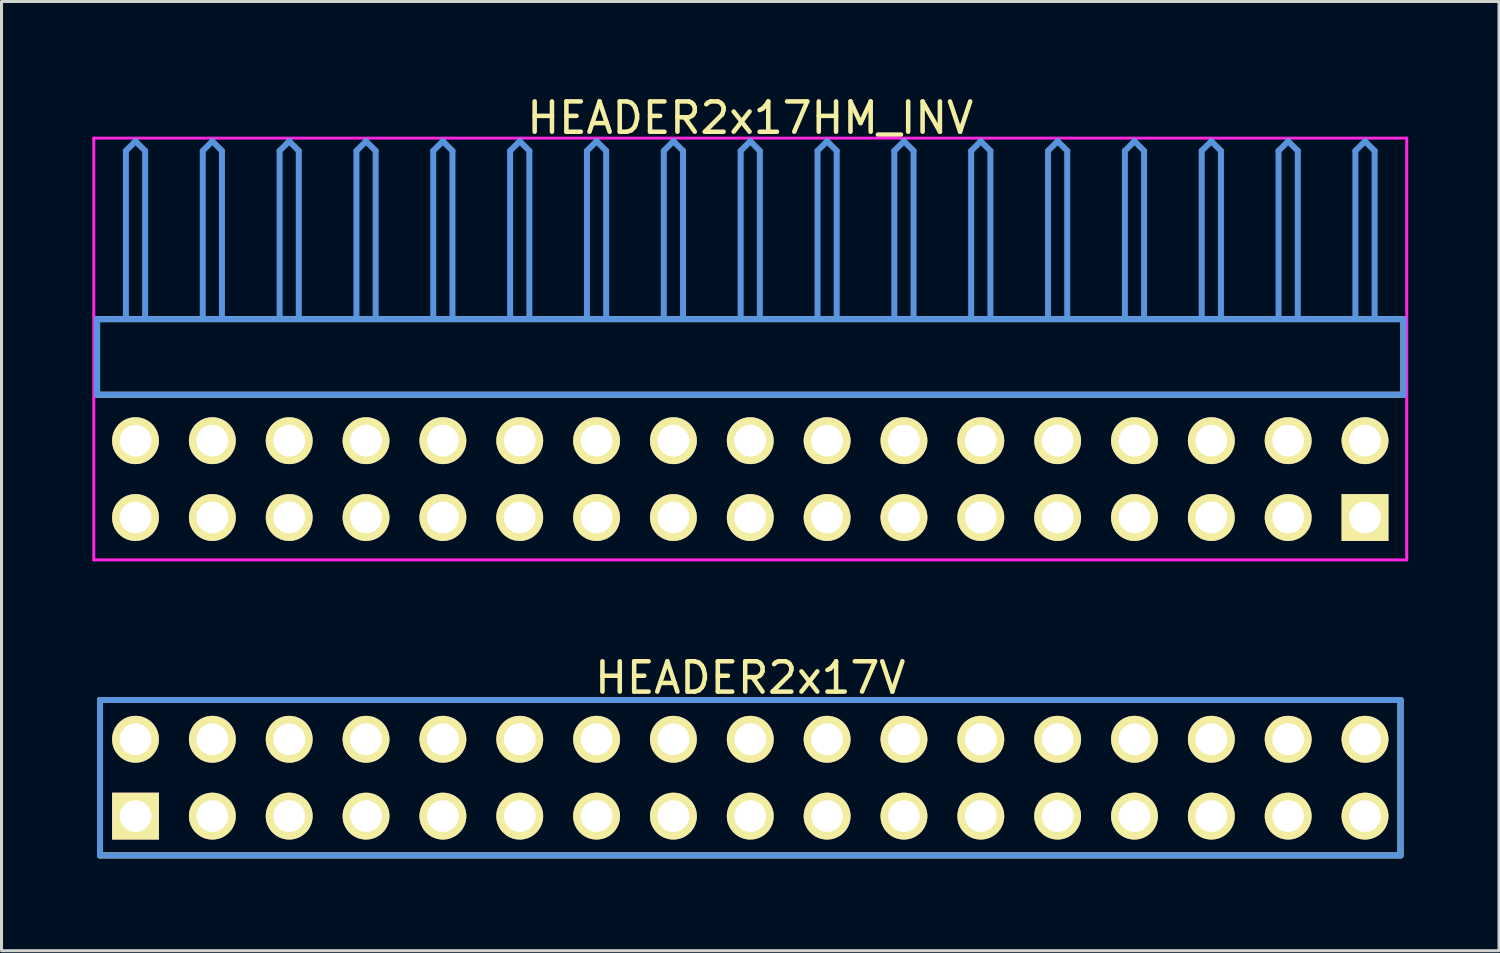
<source format=kicad_pcb>
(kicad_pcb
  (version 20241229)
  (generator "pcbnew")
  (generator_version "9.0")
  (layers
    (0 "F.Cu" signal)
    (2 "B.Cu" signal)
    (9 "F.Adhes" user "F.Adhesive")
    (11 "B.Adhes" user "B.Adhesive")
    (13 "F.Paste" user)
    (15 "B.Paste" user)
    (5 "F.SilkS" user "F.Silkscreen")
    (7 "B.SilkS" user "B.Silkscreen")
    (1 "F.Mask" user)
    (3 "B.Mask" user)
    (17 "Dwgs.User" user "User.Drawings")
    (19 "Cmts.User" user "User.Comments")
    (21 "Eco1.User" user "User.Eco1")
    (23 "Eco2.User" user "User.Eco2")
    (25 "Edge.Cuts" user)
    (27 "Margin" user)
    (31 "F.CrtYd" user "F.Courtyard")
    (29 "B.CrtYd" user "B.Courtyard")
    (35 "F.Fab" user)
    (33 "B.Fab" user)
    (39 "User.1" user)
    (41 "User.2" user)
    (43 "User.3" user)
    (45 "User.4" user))
  (footprint "HEADER2x17HM_INV"
    (layer "F.Cu")
    (at 1.429 14.056)
    (property "Reference" "HEADER2x17HM_INV" (at 20.32 -13.208 0) (layer "F.SilkS") (effects (font (size 1.001 1.001) (thickness 0.15))))
    (attr through_hole)
    (fp_line (start -1.27 -6.558) (end -1.27 -4.059) (stroke (width 0.198) (type solid)) (layer "F.SilkS"))
    (fp_line (start -1.27 -4.059) (end 41.91 -4.059) (stroke (width 0.198) (type solid)) (layer "F.SilkS"))
    (fp_line (start 41.91 -6.558) (end -1.27 -6.558) (stroke (width 0.198) (type solid)) (layer "F.SilkS"))
    (fp_line (start 41.91 -4.059) (end 41.91 -6.558) (stroke (width 0.198) (type solid)) (layer "F.SilkS"))
    (fp_line (start -1.27 -6.558) (end -1.27 -4.059) (stroke (width 0.198) (type solid)) (layer "Cmts.User"))
    (fp_line (start -1.27 -4.059) (end 41.91 -4.059) (stroke (width 0.198) (type solid)) (layer "Cmts.User"))
    (fp_line (start -0.318 -12.121) (end 0 -12.438) (stroke (width 0.198) (type solid)) (layer "Cmts.User"))
    (fp_line (start -0.318 -6.599) (end -0.318 -12.121) (stroke (width 0.198) (type solid)) (layer "Cmts.User"))
    (fp_line (start 0.318 -12.121) (end 0 -12.438) (stroke (width 0.198) (type solid)) (layer "Cmts.User"))
    (fp_line (start 0.318 -6.599) (end 0.318 -12.121) (stroke (width 0.198) (type solid)) (layer "Cmts.User"))
    (fp_line (start 2.223 -12.121) (end 2.54 -12.438) (stroke (width 0.198) (type solid)) (layer "Cmts.User"))
    (fp_line (start 2.223 -6.599) (end 2.223 -12.121) (stroke (width 0.198) (type solid)) (layer "Cmts.User"))
    (fp_line (start 2.857 -12.121) (end 2.54 -12.438) (stroke (width 0.198) (type solid)) (layer "Cmts.User"))
    (fp_line (start 2.857 -6.599) (end 2.857 -12.121) (stroke (width 0.198) (type solid)) (layer "Cmts.User"))
    (fp_line (start 4.763 -12.121) (end 5.08 -12.438) (stroke (width 0.198) (type solid)) (layer "Cmts.User"))
    (fp_line (start 4.763 -6.599) (end 4.763 -12.121) (stroke (width 0.198) (type solid)) (layer "Cmts.User"))
    (fp_line (start 5.397 -12.121) (end 5.08 -12.438) (stroke (width 0.198) (type solid)) (layer "Cmts.User"))
    (fp_line (start 5.397 -6.599) (end 5.397 -12.121) (stroke (width 0.198) (type solid)) (layer "Cmts.User"))
    (fp_line (start 7.303 -12.121) (end 7.62 -12.438) (stroke (width 0.198) (type solid)) (layer "Cmts.User"))
    (fp_line (start 7.303 -6.599) (end 7.303 -12.121) (stroke (width 0.198) (type solid)) (layer "Cmts.User"))
    (fp_line (start 7.938 -12.121) (end 7.62 -12.438) (stroke (width 0.198) (type solid)) (layer "Cmts.User"))
    (fp_line (start 7.938 -6.599) (end 7.938 -12.121) (stroke (width 0.198) (type solid)) (layer "Cmts.User"))
    (fp_line (start 9.842 -12.121) (end 10.16 -12.438) (stroke (width 0.198) (type solid)) (layer "Cmts.User"))
    (fp_line (start 9.842 -6.599) (end 9.842 -12.121) (stroke (width 0.198) (type solid)) (layer "Cmts.User"))
    (fp_line (start 10.477 -12.121) (end 10.16 -12.438) (stroke (width 0.198) (type solid)) (layer "Cmts.User"))
    (fp_line (start 10.477 -6.599) (end 10.477 -12.121) (stroke (width 0.198) (type solid)) (layer "Cmts.User"))
    (fp_line (start 12.383 -12.121) (end 12.7 -12.438) (stroke (width 0.198) (type solid)) (layer "Cmts.User"))
    (fp_line (start 12.383 -6.599) (end 12.383 -12.121) (stroke (width 0.198) (type solid)) (layer "Cmts.User"))
    (fp_line (start 13.018 -12.121) (end 12.7 -12.438) (stroke (width 0.198) (type solid)) (layer "Cmts.User"))
    (fp_line (start 13.018 -6.599) (end 13.018 -12.121) (stroke (width 0.198) (type solid)) (layer "Cmts.User"))
    (fp_line (start 14.922 -12.121) (end 15.24 -12.438) (stroke (width 0.198) (type solid)) (layer "Cmts.User"))
    (fp_line (start 14.922 -6.599) (end 14.922 -12.121) (stroke (width 0.198) (type solid)) (layer "Cmts.User"))
    (fp_line (start 15.557 -12.121) (end 15.24 -12.438) (stroke (width 0.198) (type solid)) (layer "Cmts.User"))
    (fp_line (start 15.557 -6.599) (end 15.557 -12.121) (stroke (width 0.198) (type solid)) (layer "Cmts.User"))
    (fp_line (start 17.462 -12.121) (end 17.78 -12.438) (stroke (width 0.198) (type solid)) (layer "Cmts.User"))
    (fp_line (start 17.462 -6.599) (end 17.462 -12.121) (stroke (width 0.198) (type solid)) (layer "Cmts.User"))
    (fp_line (start 18.098 -12.121) (end 17.78 -12.438) (stroke (width 0.198) (type solid)) (layer "Cmts.User"))
    (fp_line (start 18.098 -6.599) (end 18.098 -12.121) (stroke (width 0.198) (type solid)) (layer "Cmts.User"))
    (fp_line (start 20.003 -12.121) (end 20.32 -12.438) (stroke (width 0.198) (type solid)) (layer "Cmts.User"))
    (fp_line (start 20.003 -6.599) (end 20.003 -12.121) (stroke (width 0.198) (type solid)) (layer "Cmts.User"))
    (fp_line (start 20.637 -12.121) (end 20.32 -12.438) (stroke (width 0.198) (type solid)) (layer "Cmts.User"))
    (fp_line (start 20.637 -6.599) (end 20.637 -12.121) (stroke (width 0.198) (type solid)) (layer "Cmts.User"))
    (fp_line (start 22.543 -12.121) (end 22.86 -12.438) (stroke (width 0.198) (type solid)) (layer "Cmts.User"))
    (fp_line (start 22.543 -6.599) (end 22.543 -12.121) (stroke (width 0.198) (type solid)) (layer "Cmts.User"))
    (fp_line (start 23.177 -12.121) (end 22.86 -12.438) (stroke (width 0.198) (type solid)) (layer "Cmts.User"))
    (fp_line (start 23.177 -6.599) (end 23.177 -12.121) (stroke (width 0.198) (type solid)) (layer "Cmts.User"))
    (fp_line (start 25.082 -12.121) (end 25.4 -12.438) (stroke (width 0.198) (type solid)) (layer "Cmts.User"))
    (fp_line (start 25.082 -6.599) (end 25.082 -12.121) (stroke (width 0.198) (type solid)) (layer "Cmts.User"))
    (fp_line (start 25.718 -12.121) (end 25.4 -12.438) (stroke (width 0.198) (type solid)) (layer "Cmts.User"))
    (fp_line (start 25.718 -6.599) (end 25.718 -12.121) (stroke (width 0.198) (type solid)) (layer "Cmts.User"))
    (fp_line (start 27.622 -12.121) (end 27.94 -12.438) (stroke (width 0.198) (type solid)) (layer "Cmts.User"))
    (fp_line (start 27.622 -6.599) (end 27.622 -12.121) (stroke (width 0.198) (type solid)) (layer "Cmts.User"))
    (fp_line (start 28.258 -12.121) (end 27.94 -12.438) (stroke (width 0.198) (type solid)) (layer "Cmts.User"))
    (fp_line (start 28.258 -6.599) (end 28.258 -12.121) (stroke (width 0.198) (type solid)) (layer "Cmts.User"))
    (fp_line (start 30.163 -12.121) (end 30.48 -12.438) (stroke (width 0.198) (type solid)) (layer "Cmts.User"))
    (fp_line (start 30.163 -6.599) (end 30.163 -12.121) (stroke (width 0.198) (type solid)) (layer "Cmts.User"))
    (fp_line (start 30.797 -12.121) (end 30.48 -12.438) (stroke (width 0.198) (type solid)) (layer "Cmts.User"))
    (fp_line (start 30.797 -6.599) (end 30.797 -12.121) (stroke (width 0.198) (type solid)) (layer "Cmts.User"))
    (fp_line (start 32.703 -12.121) (end 33.02 -12.438) (stroke (width 0.198) (type solid)) (layer "Cmts.User"))
    (fp_line (start 32.703 -6.599) (end 32.703 -12.121) (stroke (width 0.198) (type solid)) (layer "Cmts.User"))
    (fp_line (start 33.337 -12.121) (end 33.02 -12.438) (stroke (width 0.198) (type solid)) (layer "Cmts.User"))
    (fp_line (start 33.337 -6.599) (end 33.337 -12.121) (stroke (width 0.198) (type solid)) (layer "Cmts.User"))
    (fp_line (start 35.242 -12.121) (end 35.56 -12.438) (stroke (width 0.198) (type solid)) (layer "Cmts.User"))
    (fp_line (start 35.242 -6.599) (end 35.242 -12.121) (stroke (width 0.198) (type solid)) (layer "Cmts.User"))
    (fp_line (start 35.877 -12.121) (end 35.56 -12.438) (stroke (width 0.198) (type solid)) (layer "Cmts.User"))
    (fp_line (start 35.877 -6.599) (end 35.877 -12.121) (stroke (width 0.198) (type solid)) (layer "Cmts.User"))
    (fp_line (start 37.782 -12.121) (end 38.1 -12.438) (stroke (width 0.198) (type solid)) (layer "Cmts.User"))
    (fp_line (start 37.782 -6.599) (end 37.782 -12.121) (stroke (width 0.198) (type solid)) (layer "Cmts.User"))
    (fp_line (start 38.417 -12.121) (end 38.1 -12.438) (stroke (width 0.198) (type solid)) (layer "Cmts.User"))
    (fp_line (start 38.417 -6.599) (end 38.417 -12.121) (stroke (width 0.198) (type solid)) (layer "Cmts.User"))
    (fp_line (start 40.322 -12.121) (end 40.64 -12.438) (stroke (width 0.198) (type solid)) (layer "Cmts.User"))
    (fp_line (start 40.322 -6.599) (end 40.322 -12.121) (stroke (width 0.198) (type solid)) (layer "Cmts.User"))
    (fp_line (start 40.958 -12.121) (end 40.64 -12.438) (stroke (width 0.198) (type solid)) (layer "Cmts.User"))
    (fp_line (start 40.958 -6.599) (end 40.958 -12.121) (stroke (width 0.198) (type solid)) (layer "Cmts.User"))
    (fp_line (start 41.91 -6.558) (end -1.27 -6.558) (stroke (width 0.198) (type solid)) (layer "Cmts.User"))
    (fp_line (start 41.91 -4.059) (end 41.91 -6.558) (stroke (width 0.198) (type solid)) (layer "Cmts.User"))
    (fp_line (start -1.379 -12.54) (end 42.019 -12.54) (stroke (width 0.099) (type solid)) (layer "F.CrtYd"))
    (fp_line (start -1.379 1.4) (end -1.379 -12.54) (stroke (width 0.099) (type solid)) (layer "F.CrtYd"))
    (fp_line (start 42.019 -12.54) (end 42.019 1.4) (stroke (width 0.099) (type solid)) (layer "F.CrtYd"))
    (fp_line (start 42.019 1.4) (end -1.379 1.4) (stroke (width 0.099) (type solid)) (layer "F.CrtYd"))
    (pad "1" thru_hole rect (at 40.64 0) (size 1.549 1.549) (drill 1.049) (layers "*.Cu" "*.Mask" "F.SilkS"))
    (pad "2" thru_hole circle (at 40.64 -2.54) (size 1.549 1.549) (drill 1.049) (layers "*.Cu" "*.Mask" "F.SilkS"))
    (pad "3" thru_hole circle (at 38.1 0) (size 1.549 1.549) (drill 1.049) (layers "*.Cu" "*.Mask" "F.SilkS"))
    (pad "4" thru_hole circle (at 38.1 -2.54) (size 1.549 1.549) (drill 1.049) (layers "*.Cu" "*.Mask" "F.SilkS"))
    (pad "5" thru_hole circle (at 35.56 0) (size 1.549 1.549) (drill 1.049) (layers "*.Cu" "*.Mask" "F.SilkS"))
    (pad "6" thru_hole circle (at 35.56 -2.54) (size 1.549 1.549) (drill 1.049) (layers "*.Cu" "*.Mask" "F.SilkS"))
    (pad "7" thru_hole circle (at 33.02 0) (size 1.549 1.549) (drill 1.049) (layers "*.Cu" "*.Mask" "F.SilkS"))
    (pad "8" thru_hole circle (at 33.02 -2.54) (size 1.549 1.549) (drill 1.049) (layers "*.Cu" "*.Mask" "F.SilkS"))
    (pad "9" thru_hole circle (at 30.48 0) (size 1.549 1.549) (drill 1.049) (layers "*.Cu" "*.Mask" "F.SilkS"))
    (pad "10" thru_hole circle (at 30.48 -2.54) (size 1.549 1.549) (drill 1.049) (layers "*.Cu" "*.Mask" "F.SilkS"))
    (pad "11" thru_hole circle (at 27.94 0) (size 1.549 1.549) (drill 1.049) (layers "*.Cu" "*.Mask" "F.SilkS"))
    (pad "12" thru_hole circle (at 27.94 -2.54) (size 1.549 1.549) (drill 1.049) (layers "*.Cu" "*.Mask" "F.SilkS"))
    (pad "13" thru_hole circle (at 25.4 0) (size 1.549 1.549) (drill 1.049) (layers "*.Cu" "*.Mask" "F.SilkS"))
    (pad "14" thru_hole circle (at 25.4 -2.54) (size 1.549 1.549) (drill 1.049) (layers "*.Cu" "*.Mask" "F.SilkS"))
    (pad "15" thru_hole circle (at 22.86 0) (size 1.549 1.549) (drill 1.049) (layers "*.Cu" "*.Mask" "F.SilkS"))
    (pad "16" thru_hole circle (at 22.86 -2.54) (size 1.549 1.549) (drill 1.049) (layers "*.Cu" "*.Mask" "F.SilkS"))
    (pad "17" thru_hole circle (at 20.32 0) (size 1.549 1.549) (drill 1.049) (layers "*.Cu" "*.Mask" "F.SilkS"))
    (pad "18" thru_hole circle (at 20.32 -2.54) (size 1.549 1.549) (drill 1.049) (layers "*.Cu" "*.Mask" "F.SilkS"))
    (pad "19" thru_hole circle (at 17.78 0) (size 1.549 1.549) (drill 1.049) (layers "*.Cu" "*.Mask" "F.SilkS"))
    (pad "20" thru_hole circle (at 17.78 -2.54) (size 1.549 1.549) (drill 1.049) (layers "*.Cu" "*.Mask" "F.SilkS"))
    (pad "21" thru_hole circle (at 15.24 0) (size 1.549 1.549) (drill 1.049) (layers "*.Cu" "*.Mask" "F.SilkS"))
    (pad "22" thru_hole circle (at 15.24 -2.54) (size 1.549 1.549) (drill 1.049) (layers "*.Cu" "*.Mask" "F.SilkS"))
    (pad "23" thru_hole circle (at 12.7 0) (size 1.549 1.549) (drill 1.049) (layers "*.Cu" "*.Mask" "F.SilkS"))
    (pad "24" thru_hole circle (at 12.7 -2.54) (size 1.549 1.549) (drill 1.049) (layers "*.Cu" "*.Mask" "F.SilkS"))
    (pad "25" thru_hole circle (at 10.16 0) (size 1.549 1.549) (drill 1.049) (layers "*.Cu" "*.Mask" "F.SilkS"))
    (pad "26" thru_hole circle (at 10.16 -2.54) (size 1.549 1.549) (drill 1.049) (layers "*.Cu" "*.Mask" "F.SilkS"))
    (pad "27" thru_hole circle (at 7.62 0) (size 1.549 1.549) (drill 1.049) (layers "*.Cu" "*.Mask" "F.SilkS"))
    (pad "28" thru_hole circle (at 7.62 -2.54) (size 1.549 1.549) (drill 1.049) (layers "*.Cu" "*.Mask" "F.SilkS"))
    (pad "29" thru_hole circle (at 5.08 0) (size 1.549 1.549) (drill 1.049) (layers "*.Cu" "*.Mask" "F.SilkS"))
    (pad "30" thru_hole circle (at 5.08 -2.54) (size 1.549 1.549) (drill 1.049) (layers "*.Cu" "*.Mask" "F.SilkS"))
    (pad "31" thru_hole circle (at 2.54 0) (size 1.549 1.549) (drill 1.049) (layers "*.Cu" "*.Mask" "F.SilkS"))
    (pad "32" thru_hole circle (at 2.54 -2.54) (size 1.549 1.549) (drill 1.049) (layers "*.Cu" "*.Mask" "F.SilkS"))
    (pad "33" thru_hole circle (at 0 0) (size 1.549 1.549) (drill 1.049) (layers "*.Cu" "*.Mask" "F.SilkS"))
    (pad "34" thru_hole circle (at 0 -2.54) (size 1.549 1.549) (drill 1.049) (layers "*.Cu" "*.Mask" "F.SilkS")))
  (footprint "HEADER2x17V"
    (layer "F.Cu")
    (at 1.429 23.926)
    (property "Reference" "HEADER2x17V" (at 20.32 -4.572 0) (layer "F.SilkS") (effects (font (size 1.001 1.001) (thickness 0.15))))
    (attr through_hole)
    (fp_line (start -1.173 -3.838) (end -1.173 1.298) (stroke (width 0.198) (type solid)) (layer "F.SilkS"))
    (fp_line (start -1.173 1.298) (end 41.813 1.298) (stroke (width 0.198) (type solid)) (layer "F.SilkS"))
    (fp_line (start 41.813 -3.838) (end -1.173 -3.838) (stroke (width 0.198) (type solid)) (layer "F.SilkS"))
    (fp_line (start 41.813 1.298) (end 41.813 -3.838) (stroke (width 0.198) (type solid)) (layer "F.SilkS"))
    (fp_line (start -1.173 -3.838) (end -1.173 1.298) (stroke (width 0.198) (type solid)) (layer "Cmts.User"))
    (fp_line (start -1.173 1.298) (end 41.813 1.298) (stroke (width 0.198) (type solid)) (layer "Cmts.User"))
    (fp_line (start 41.813 -3.838) (end -1.173 -3.838) (stroke (width 0.198) (type solid)) (layer "Cmts.User"))
    (fp_line (start 41.813 1.298) (end 41.813 -3.838) (stroke (width 0.198) (type solid)) (layer "Cmts.User"))
    (fp_line (start -1.379 -3.94) (end -1.379 1.4) (stroke (width 0.099) (type solid)) (layer "Eco1.User"))
    (fp_line (start -1.379 1.4) (end 42.019 1.4) (stroke (width 0.099) (type solid)) (layer "Eco1.User"))
    (fp_line (start 42.019 -3.94) (end -1.379 -3.94) (stroke (width 0.099) (type solid)) (layer "Eco1.User"))
    (fp_line (start 42.019 1.4) (end 42.019 -3.94) (stroke (width 0.099) (type solid)) (layer "Eco1.User"))
    (pad "1" thru_hole rect (at 0 0) (size 1.549 1.549) (drill 1.049) (layers "*.Cu" "*.Mask" "F.SilkS"))
    (pad "2" thru_hole circle (at 0 -2.54) (size 1.549 1.549) (drill 1.049) (layers "*.Cu" "*.Mask" "F.SilkS"))
    (pad "3" thru_hole circle (at 2.54 0) (size 1.549 1.549) (drill 1.049) (layers "*.Cu" "*.Mask" "F.SilkS"))
    (pad "4" thru_hole circle (at 2.54 -2.54) (size 1.549 1.549) (drill 1.049) (layers "*.Cu" "*.Mask" "F.SilkS"))
    (pad "5" thru_hole circle (at 5.08 0) (size 1.549 1.549) (drill 1.049) (layers "*.Cu" "*.Mask" "F.SilkS"))
    (pad "6" thru_hole circle (at 5.08 -2.54) (size 1.549 1.549) (drill 1.049) (layers "*.Cu" "*.Mask" "F.SilkS"))
    (pad "7" thru_hole circle (at 7.62 0) (size 1.549 1.549) (drill 1.049) (layers "*.Cu" "*.Mask" "F.SilkS"))
    (pad "8" thru_hole circle (at 7.62 -2.54) (size 1.549 1.549) (drill 1.049) (layers "*.Cu" "*.Mask" "F.SilkS"))
    (pad "9" thru_hole circle (at 10.16 0) (size 1.549 1.549) (drill 1.049) (layers "*.Cu" "*.Mask" "F.SilkS"))
    (pad "10" thru_hole circle (at 10.16 -2.54) (size 1.549 1.549) (drill 1.049) (layers "*.Cu" "*.Mask" "F.SilkS"))
    (pad "11" thru_hole circle (at 12.7 0) (size 1.549 1.549) (drill 1.049) (layers "*.Cu" "*.Mask" "F.SilkS"))
    (pad "12" thru_hole circle (at 12.7 -2.54) (size 1.549 1.549) (drill 1.049) (layers "*.Cu" "*.Mask" "F.SilkS"))
    (pad "13" thru_hole circle (at 15.24 0) (size 1.549 1.549) (drill 1.049) (layers "*.Cu" "*.Mask" "F.SilkS"))
    (pad "14" thru_hole circle (at 15.24 -2.54) (size 1.549 1.549) (drill 1.049) (layers "*.Cu" "*.Mask" "F.SilkS"))
    (pad "15" thru_hole circle (at 17.78 0) (size 1.549 1.549) (drill 1.049) (layers "*.Cu" "*.Mask" "F.SilkS"))
    (pad "16" thru_hole circle (at 17.78 -2.54) (size 1.549 1.549) (drill 1.049) (layers "*.Cu" "*.Mask" "F.SilkS"))
    (pad "17" thru_hole circle (at 20.32 0) (size 1.549 1.549) (drill 1.049) (layers "*.Cu" "*.Mask" "F.SilkS"))
    (pad "18" thru_hole circle (at 20.32 -2.54) (size 1.549 1.549) (drill 1.049) (layers "*.Cu" "*.Mask" "F.SilkS"))
    (pad "19" thru_hole circle (at 22.86 0) (size 1.549 1.549) (drill 1.049) (layers "*.Cu" "*.Mask" "F.SilkS"))
    (pad "20" thru_hole circle (at 22.86 -2.54) (size 1.549 1.549) (drill 1.049) (layers "*.Cu" "*.Mask" "F.SilkS"))
    (pad "21" thru_hole circle (at 25.4 0) (size 1.549 1.549) (drill 1.049) (layers "*.Cu" "*.Mask" "F.SilkS"))
    (pad "22" thru_hole circle (at 25.4 -2.54) (size 1.549 1.549) (drill 1.049) (layers "*.Cu" "*.Mask" "F.SilkS"))
    (pad "23" thru_hole circle (at 27.94 0) (size 1.549 1.549) (drill 1.049) (layers "*.Cu" "*.Mask" "F.SilkS"))
    (pad "24" thru_hole circle (at 27.94 -2.54) (size 1.549 1.549) (drill 1.049) (layers "*.Cu" "*.Mask" "F.SilkS"))
    (pad "25" thru_hole circle (at 30.48 0) (size 1.549 1.549) (drill 1.049) (layers "*.Cu" "*.Mask" "F.SilkS"))
    (pad "26" thru_hole circle (at 30.48 -2.54) (size 1.549 1.549) (drill 1.049) (layers "*.Cu" "*.Mask" "F.SilkS"))
    (pad "27" thru_hole circle (at 33.02 0) (size 1.549 1.549) (drill 1.049) (layers "*.Cu" "*.Mask" "F.SilkS"))
    (pad "28" thru_hole circle (at 33.02 -2.54) (size 1.549 1.549) (drill 1.049) (layers "*.Cu" "*.Mask" "F.SilkS"))
    (pad "29" thru_hole circle (at 35.56 0) (size 1.549 1.549) (drill 1.049) (layers "*.Cu" "*.Mask" "F.SilkS"))
    (pad "30" thru_hole circle (at 35.56 -2.54) (size 1.549 1.549) (drill 1.049) (layers "*.Cu" "*.Mask" "F.SilkS"))
    (pad "31" thru_hole circle (at 38.1 0) (size 1.549 1.549) (drill 1.049) (layers "*.Cu" "*.Mask" "F.SilkS"))
    (pad "32" thru_hole circle (at 38.1 -2.54) (size 1.549 1.549) (drill 1.049) (layers "*.Cu" "*.Mask" "F.SilkS"))
    (pad "33" thru_hole circle (at 40.64 0) (size 1.549 1.549) (drill 1.049) (layers "*.Cu" "*.Mask" "F.SilkS"))
    (pad "34" thru_hole circle (at 40.64 -2.54) (size 1.549 1.549) (drill 1.049) (layers "*.Cu" "*.Mask" "F.SilkS")))
  (gr_rect
    (start -3 -3)
    (end 46.498 28.375)
    (stroke (width 0.1) (type default))
    (fill no)
    (layer "Edge.Cuts")))
</source>
